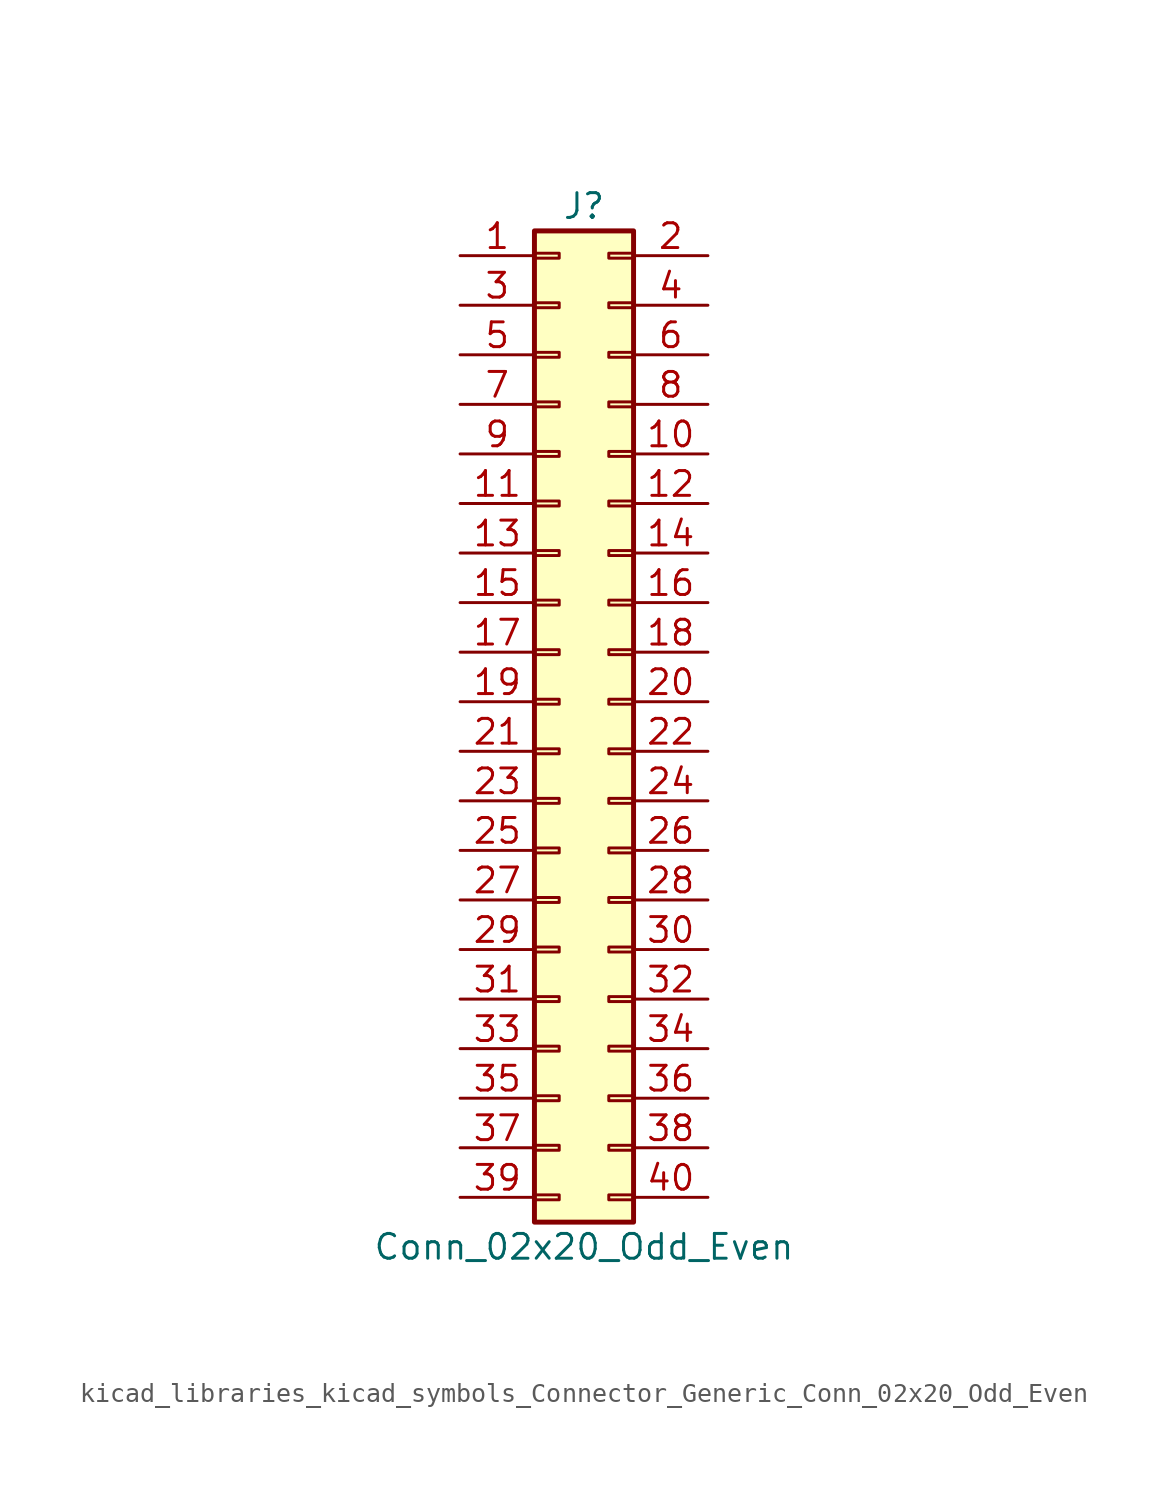
<source format=kicad_sym>
(kicad_symbol_lib
  (version 20220914)
  (generator kicad_symbol_editor)
  (symbol "kicad_libraries_kicad_symbols_Connector_Generic_Conn_02x20_Odd_Even"
    (pin_names
      (offset 1.016) hide)
    (property "Reference" "J"
      (at 1.27 25.4 0)
      (effects (font (size 1.27 1.27))))
    (property "Value" "Conn_02x20_Odd_Even"
      (at 1.27 -27.94 0)
      (effects (font (size 1.27 1.27))))
    (symbol "kicad_libraries_kicad_symbols_Connector_Generic_Conn_02x20_Odd_Even_1_1"
      (rectangle (start -1.27 -25.273) (end 0 -25.527) (stroke (width 0.152) (type default)) (fill (type none)))
      (rectangle (start -1.27 -22.733) (end 0 -22.987) (stroke (width 0.152) (type default)) (fill (type none)))
      (rectangle (start -1.27 -20.193) (end 0 -20.447) (stroke (width 0.152) (type default)) (fill (type none)))
      (rectangle (start -1.27 -17.653) (end 0 -17.907) (stroke (width 0.152) (type default)) (fill (type none)))
      (rectangle (start -1.27 -15.113) (end 0 -15.367) (stroke (width 0.152) (type default)) (fill (type none)))
      (rectangle (start -1.27 -12.573) (end 0 -12.827) (stroke (width 0.152) (type default)) (fill (type none)))
      (rectangle (start -1.27 -10.033) (end 0 -10.287) (stroke (width 0.152) (type default)) (fill (type none)))
      (rectangle (start -1.27 -7.493) (end 0 -7.747) (stroke (width 0.152) (type default)) (fill (type none)))
      (rectangle (start -1.27 -4.953) (end 0 -5.207) (stroke (width 0.152) (type default)) (fill (type none)))
      (rectangle (start -1.27 -2.413) (end 0 -2.667) (stroke (width 0.152) (type default)) (fill (type none)))
      (rectangle (start -1.27 0.127) (end 0 -0.127) (stroke (width 0.152) (type default)) (fill (type none)))
      (rectangle (start -1.27 2.667) (end 0 2.413) (stroke (width 0.152) (type default)) (fill (type none)))
      (rectangle (start -1.27 5.207) (end 0 4.953) (stroke (width 0.152) (type default)) (fill (type none)))
      (rectangle (start -1.27 7.747) (end 0 7.493) (stroke (width 0.152) (type default)) (fill (type none)))
      (rectangle (start -1.27 10.287) (end 0 10.033) (stroke (width 0.152) (type default)) (fill (type none)))
      (rectangle (start -1.27 12.827) (end 0 12.573) (stroke (width 0.152) (type default)) (fill (type none)))
      (rectangle (start -1.27 15.367) (end 0 15.113) (stroke (width 0.152) (type default)) (fill (type none)))
      (rectangle (start -1.27 17.907) (end 0 17.653) (stroke (width 0.152) (type default)) (fill (type none)))
      (rectangle (start -1.27 20.447) (end 0 20.193) (stroke (width 0.152) (type default)) (fill (type none)))
      (rectangle (start -1.27 22.987) (end 0 22.733) (stroke (width 0.152) (type default)) (fill (type none)))
      (rectangle (start -1.27 24.13) (end 3.81 -26.67) (stroke (width 0.254) (type default)) (fill (type background)))
      (rectangle (start 3.81 -25.273) (end 2.54 -25.527) (stroke (width 0.152) (type default)) (fill (type none)))
      (rectangle (start 3.81 -22.733) (end 2.54 -22.987) (stroke (width 0.152) (type default)) (fill (type none)))
      (rectangle (start 3.81 -20.193) (end 2.54 -20.447) (stroke (width 0.152) (type default)) (fill (type none)))
      (rectangle (start 3.81 -17.653) (end 2.54 -17.907) (stroke (width 0.152) (type default)) (fill (type none)))
      (rectangle (start 3.81 -15.113) (end 2.54 -15.367) (stroke (width 0.152) (type default)) (fill (type none)))
      (rectangle (start 3.81 -12.573) (end 2.54 -12.827) (stroke (width 0.152) (type default)) (fill (type none)))
      (rectangle (start 3.81 -10.033) (end 2.54 -10.287) (stroke (width 0.152) (type default)) (fill (type none)))
      (rectangle (start 3.81 -7.493) (end 2.54 -7.747) (stroke (width 0.152) (type default)) (fill (type none)))
      (rectangle (start 3.81 -4.953) (end 2.54 -5.207) (stroke (width 0.152) (type default)) (fill (type none)))
      (rectangle (start 3.81 -2.413) (end 2.54 -2.667) (stroke (width 0.152) (type default)) (fill (type none)))
      (rectangle (start 3.81 0.127) (end 2.54 -0.127) (stroke (width 0.152) (type default)) (fill (type none)))
      (rectangle (start 3.81 2.667) (end 2.54 2.413) (stroke (width 0.152) (type default)) (fill (type none)))
      (rectangle (start 3.81 5.207) (end 2.54 4.953) (stroke (width 0.152) (type default)) (fill (type none)))
      (rectangle (start 3.81 7.747) (end 2.54 7.493) (stroke (width 0.152) (type default)) (fill (type none)))
      (rectangle (start 3.81 10.287) (end 2.54 10.033) (stroke (width 0.152) (type default)) (fill (type none)))
      (rectangle (start 3.81 12.827) (end 2.54 12.573) (stroke (width 0.152) (type default)) (fill (type none)))
      (rectangle (start 3.81 15.367) (end 2.54 15.113) (stroke (width 0.152) (type default)) (fill (type none)))
      (rectangle (start 3.81 17.907) (end 2.54 17.653) (stroke (width 0.152) (type default)) (fill (type none)))
      (rectangle (start 3.81 20.447) (end 2.54 20.193) (stroke (width 0.152) (type default)) (fill (type none)))
      (rectangle (start 3.81 22.987) (end 2.54 22.733) (stroke (width 0.152) (type default)) (fill (type none)))
      (pin passive line (at -5.08 22.86 0) (length 3.81) (name "Pin_1" (effects (font (size 1.27 1.27)))) (number "1" (effects (font (size 1.27 1.27)))))
      (pin passive line (at 7.62 12.7 180) (length 3.81) (name "Pin_10" (effects (font (size 1.27 1.27)))) (number "10" (effects (font (size 1.27 1.27)))))
      (pin passive line (at -5.08 10.16 0) (length 3.81) (name "Pin_11" (effects (font (size 1.27 1.27)))) (number "11" (effects (font (size 1.27 1.27)))))
      (pin passive line (at 7.62 10.16 180) (length 3.81) (name "Pin_12" (effects (font (size 1.27 1.27)))) (number "12" (effects (font (size 1.27 1.27)))))
      (pin passive line (at -5.08 7.62 0) (length 3.81) (name "Pin_13" (effects (font (size 1.27 1.27)))) (number "13" (effects (font (size 1.27 1.27)))))
      (pin passive line (at 7.62 7.62 180) (length 3.81) (name "Pin_14" (effects (font (size 1.27 1.27)))) (number "14" (effects (font (size 1.27 1.27)))))
      (pin passive line (at -5.08 5.08 0) (length 3.81) (name "Pin_15" (effects (font (size 1.27 1.27)))) (number "15" (effects (font (size 1.27 1.27)))))
      (pin passive line (at 7.62 5.08 180) (length 3.81) (name "Pin_16" (effects (font (size 1.27 1.27)))) (number "16" (effects (font (size 1.27 1.27)))))
      (pin passive line (at -5.08 2.54 0) (length 3.81) (name "Pin_17" (effects (font (size 1.27 1.27)))) (number "17" (effects (font (size 1.27 1.27)))))
      (pin passive line (at 7.62 2.54 180) (length 3.81) (name "Pin_18" (effects (font (size 1.27 1.27)))) (number "18" (effects (font (size 1.27 1.27)))))
      (pin passive line (at -5.08 0 0) (length 3.81) (name "Pin_19" (effects (font (size 1.27 1.27)))) (number "19" (effects (font (size 1.27 1.27)))))
      (pin passive line (at 7.62 22.86 180) (length 3.81) (name "Pin_2" (effects (font (size 1.27 1.27)))) (number "2" (effects (font (size 1.27 1.27)))))
      (pin passive line (at 7.62 0 180) (length 3.81) (name "Pin_20" (effects (font (size 1.27 1.27)))) (number "20" (effects (font (size 1.27 1.27)))))
      (pin passive line (at -5.08 -2.54 0) (length 3.81) (name "Pin_21" (effects (font (size 1.27 1.27)))) (number "21" (effects (font (size 1.27 1.27)))))
      (pin passive line (at 7.62 -2.54 180) (length 3.81) (name "Pin_22" (effects (font (size 1.27 1.27)))) (number "22" (effects (font (size 1.27 1.27)))))
      (pin passive line (at -5.08 -5.08 0) (length 3.81) (name "Pin_23" (effects (font (size 1.27 1.27)))) (number "23" (effects (font (size 1.27 1.27)))))
      (pin passive line (at 7.62 -5.08 180) (length 3.81) (name "Pin_24" (effects (font (size 1.27 1.27)))) (number "24" (effects (font (size 1.27 1.27)))))
      (pin passive line (at -5.08 -7.62 0) (length 3.81) (name "Pin_25" (effects (font (size 1.27 1.27)))) (number "25" (effects (font (size 1.27 1.27)))))
      (pin passive line (at 7.62 -7.62 180) (length 3.81) (name "Pin_26" (effects (font (size 1.27 1.27)))) (number "26" (effects (font (size 1.27 1.27)))))
      (pin passive line (at -5.08 -10.16 0) (length 3.81) (name "Pin_27" (effects (font (size 1.27 1.27)))) (number "27" (effects (font (size 1.27 1.27)))))
      (pin passive line (at 7.62 -10.16 180) (length 3.81) (name "Pin_28" (effects (font (size 1.27 1.27)))) (number "28" (effects (font (size 1.27 1.27)))))
      (pin passive line (at -5.08 -12.7 0) (length 3.81) (name "Pin_29" (effects (font (size 1.27 1.27)))) (number "29" (effects (font (size 1.27 1.27)))))
      (pin passive line (at -5.08 20.32 0) (length 3.81) (name "Pin_3" (effects (font (size 1.27 1.27)))) (number "3" (effects (font (size 1.27 1.27)))))
      (pin passive line (at 7.62 -12.7 180) (length 3.81) (name "Pin_30" (effects (font (size 1.27 1.27)))) (number "30" (effects (font (size 1.27 1.27)))))
      (pin passive line (at -5.08 -15.24 0) (length 3.81) (name "Pin_31" (effects (font (size 1.27 1.27)))) (number "31" (effects (font (size 1.27 1.27)))))
      (pin passive line (at 7.62 -15.24 180) (length 3.81) (name "Pin_32" (effects (font (size 1.27 1.27)))) (number "32" (effects (font (size 1.27 1.27)))))
      (pin passive line (at -5.08 -17.78 0) (length 3.81) (name "Pin_33" (effects (font (size 1.27 1.27)))) (number "33" (effects (font (size 1.27 1.27)))))
      (pin passive line (at 7.62 -17.78 180) (length 3.81) (name "Pin_34" (effects (font (size 1.27 1.27)))) (number "34" (effects (font (size 1.27 1.27)))))
      (pin passive line (at -5.08 -20.32 0) (length 3.81) (name "Pin_35" (effects (font (size 1.27 1.27)))) (number "35" (effects (font (size 1.27 1.27)))))
      (pin passive line (at 7.62 -20.32 180) (length 3.81) (name "Pin_36" (effects (font (size 1.27 1.27)))) (number "36" (effects (font (size 1.27 1.27)))))
      (pin passive line (at -5.08 -22.86 0) (length 3.81) (name "Pin_37" (effects (font (size 1.27 1.27)))) (number "37" (effects (font (size 1.27 1.27)))))
      (pin passive line (at 7.62 -22.86 180) (length 3.81) (name "Pin_38" (effects (font (size 1.27 1.27)))) (number "38" (effects (font (size 1.27 1.27)))))
      (pin passive line (at -5.08 -25.4 0) (length 3.81) (name "Pin_39" (effects (font (size 1.27 1.27)))) (number "39" (effects (font (size 1.27 1.27)))))
      (pin passive line (at 7.62 20.32 180) (length 3.81) (name "Pin_4" (effects (font (size 1.27 1.27)))) (number "4" (effects (font (size 1.27 1.27)))))
      (pin passive line (at 7.62 -25.4 180) (length 3.81) (name "Pin_40" (effects (font (size 1.27 1.27)))) (number "40" (effects (font (size 1.27 1.27)))))
      (pin passive line (at -5.08 17.78 0) (length 3.81) (name "Pin_5" (effects (font (size 1.27 1.27)))) (number "5" (effects (font (size 1.27 1.27)))))
      (pin passive line (at 7.62 17.78 180) (length 3.81) (name "Pin_6" (effects (font (size 1.27 1.27)))) (number "6" (effects (font (size 1.27 1.27)))))
      (pin passive line (at -5.08 15.24 0) (length 3.81) (name "Pin_7" (effects (font (size 1.27 1.27)))) (number "7" (effects (font (size 1.27 1.27)))))
      (pin passive line (at 7.62 15.24 180) (length 3.81) (name "Pin_8" (effects (font (size 1.27 1.27)))) (number "8" (effects (font (size 1.27 1.27)))))
      (pin passive line (at -5.08 12.7 0) (length 3.81) (name "Pin_9" (effects (font (size 1.27 1.27)))) (number "9" (effects (font (size 1.27 1.27))))))))
</source>
